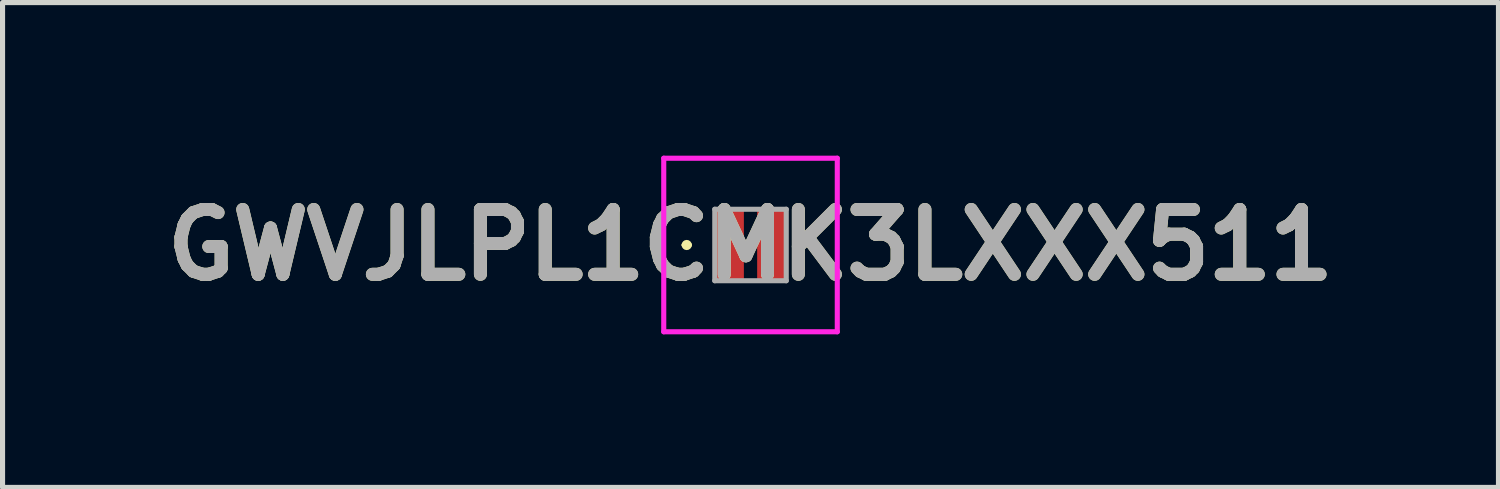
<source format=kicad_pcb>
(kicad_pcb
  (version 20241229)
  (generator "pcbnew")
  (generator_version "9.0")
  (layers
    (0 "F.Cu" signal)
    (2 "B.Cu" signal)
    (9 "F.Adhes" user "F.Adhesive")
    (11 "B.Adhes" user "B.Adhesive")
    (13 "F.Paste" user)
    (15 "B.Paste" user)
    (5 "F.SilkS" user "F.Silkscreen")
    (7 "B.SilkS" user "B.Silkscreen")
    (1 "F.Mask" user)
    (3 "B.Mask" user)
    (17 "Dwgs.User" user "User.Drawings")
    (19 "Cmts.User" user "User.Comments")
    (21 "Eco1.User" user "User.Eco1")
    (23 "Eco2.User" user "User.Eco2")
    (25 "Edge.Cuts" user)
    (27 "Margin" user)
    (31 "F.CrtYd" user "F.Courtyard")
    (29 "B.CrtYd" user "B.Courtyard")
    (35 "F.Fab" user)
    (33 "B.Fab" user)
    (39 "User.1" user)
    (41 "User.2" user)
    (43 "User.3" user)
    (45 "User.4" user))
  (footprint "GWVJLPL1CMK3LXXX511"
    (layer "F.Cu")
    (at 11.654 1.75)
    (property "Reference" "GWVJLPL1CMK3LXXX511" (at 0 0 0) (layer "F.SilkS") (effects (font (size 1.27 1.27) (thickness 0.254))))
    (attr smd)
    (fp_line (start -1.3 0) (end -1.3 0) (stroke (width 0.1) (type solid)) (layer "F.SilkS"))
    (fp_line (start -1.2 0) (end -1.2 0) (stroke (width 0.1) (type solid)) (layer "F.SilkS"))
    (fp_arc (start -1.3 0) (mid -1.25 -0.05) (end -1.2 0) (stroke (width 0.1) (type solid)) (layer "F.SilkS"))
    (fp_arc (start -1.2 0) (mid -1.25 0.05) (end -1.3 0) (stroke (width 0.1) (type solid)) (layer "F.SilkS"))
    (fp_line (start -1.7 -1.7) (end -1.7 1.7) (stroke (width 0.1) (type solid)) (layer "F.CrtYd"))
    (fp_line (start -1.7 1.7) (end 1.7 1.7) (stroke (width 0.1) (type solid)) (layer "F.CrtYd"))
    (fp_line (start 1.7 -1.7) (end -1.7 -1.7) (stroke (width 0.1) (type solid)) (layer "F.CrtYd"))
    (fp_line (start 1.7 1.7) (end 1.7 -1.7) (stroke (width 0.1) (type solid)) (layer "F.CrtYd"))
    (fp_line (start -0.7 -0.7) (end 0.7 -0.7) (stroke (width 0.1) (type solid)) (layer "F.Fab"))
    (fp_line (start -0.7 0.7) (end -0.7 -0.7) (stroke (width 0.1) (type solid)) (layer "F.Fab"))
    (fp_line (start 0.7 -0.7) (end 0.7 0.7) (stroke (width 0.1) (type solid)) (layer "F.Fab"))
    (fp_line (start 0.7 0.7) (end -0.7 0.7) (stroke (width 0.1) (type solid)) (layer "F.Fab"))
    (fp_text user "${REFERENCE}" (at 0 0 0) (layer "F.Fab") (effects (font (size 1.27 1.27) (thickness 0.254))))
    (pad "1" smd rect (at -0.405 0) (size 0.55 1.35) (layers "F.Cu" "F.Mask" "F.Paste"))
    (pad "2" smd rect (at 0.405 0) (size 0.55 1.35) (layers "F.Cu" "F.Mask" "F.Paste")))
  (gr_rect
    (start -3 -3)
    (end 26.308 6.5)
    (stroke (width 0.1) (type default))
    (fill no)
    (layer "Edge.Cuts")))
</source>
